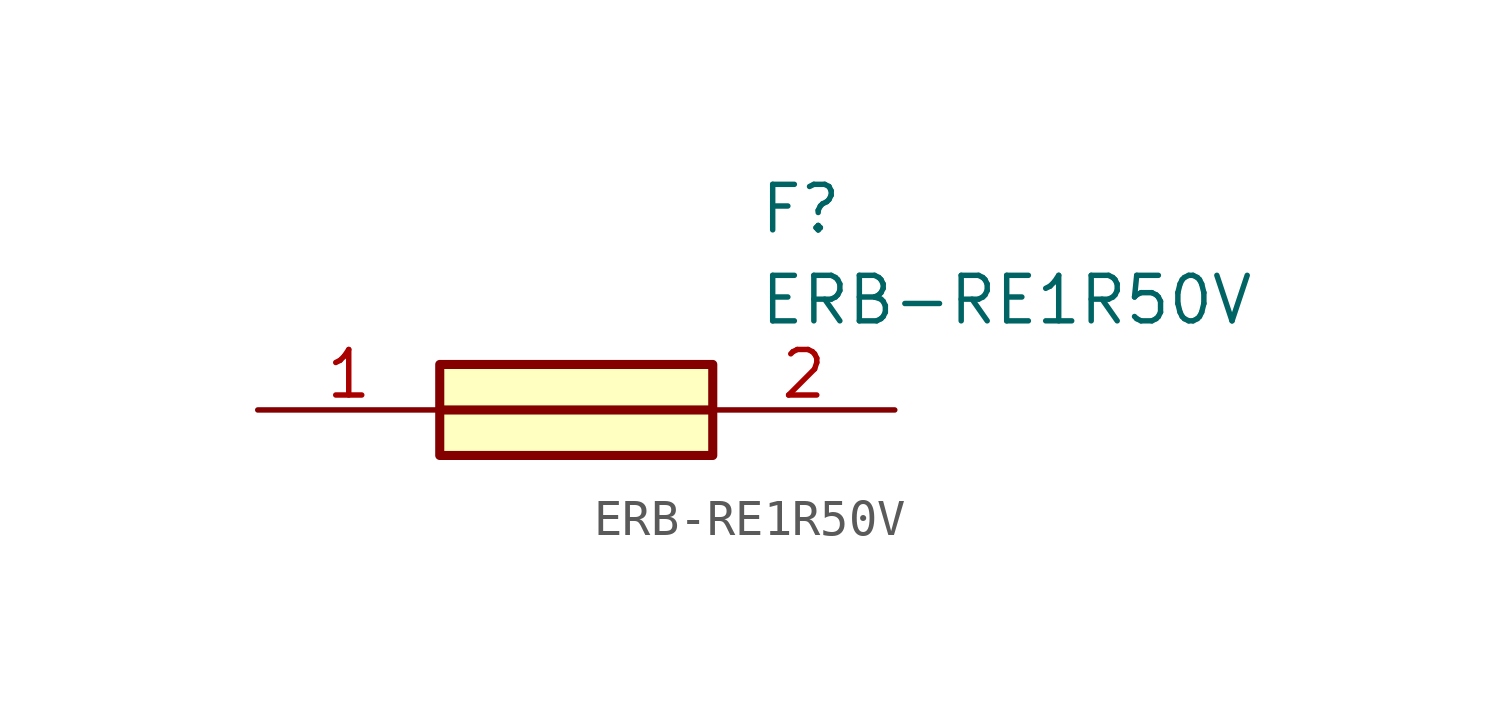
<source format=kicad_sym>
(kicad_symbol_lib
  (version 20211014)
  (generator SamacSys_ECAD_Model)
  (symbol "ERB-RE1R50V"
    (pin_names hide)
    (property "Reference" "F"
      (at 13.97 6.35 0)
      (effects (font (size 1.27 1.27)) (justify left top)))
    (property "Value" "ERB-RE1R50V"
      (at 13.97 3.81 0)
      (effects (font (size 1.27 1.27)) (justify left top)))
    (rectangle
      (start 5.08 1.27)
      (end 12.7 -1.27)
      (stroke (width 0.254) (type default))
      (fill (type background)))
    (polyline
      (pts (xy 5.08 0) (xy 12.7 0))
      (stroke (width 0.254) (type default))
      (fill (type none)))
    (pin passive line
      (at 0 0 0)
      (length 5.08)
      (name "1" (effects (font (size 1.27 1.27))))
      (number "1" (effects (font (size 1.27 1.27)))))
    (pin passive line
      (at 17.78 0 180)
      (length 5.08)
      (name "2" (effects (font (size 1.27 1.27))))
      (number "2" (effects (font (size 1.27 1.27)))))))
</source>
